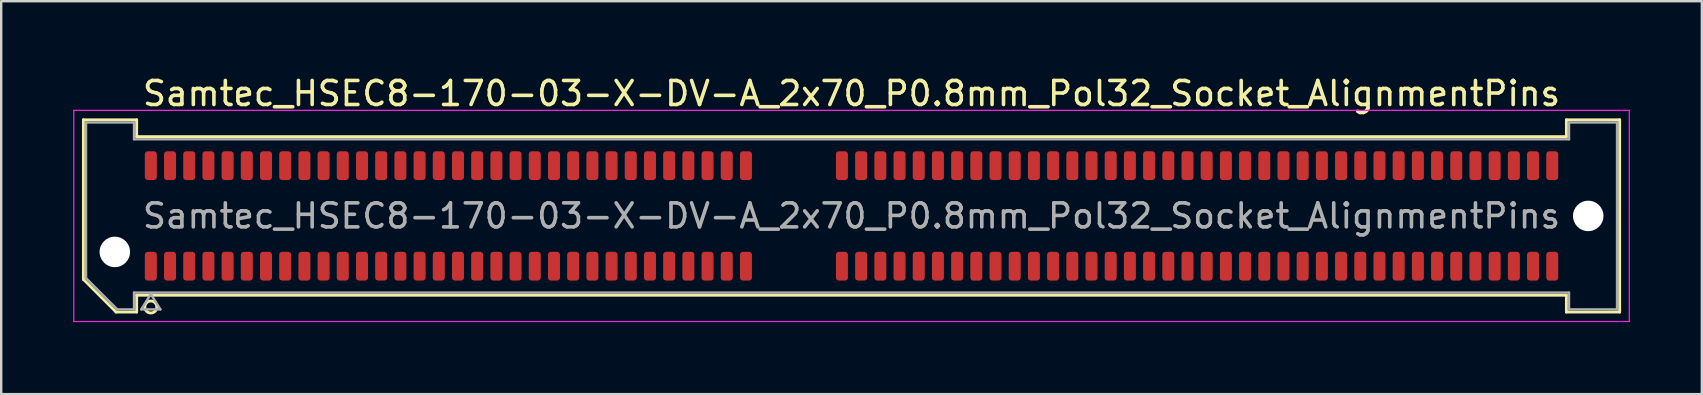
<source format=kicad_pcb>
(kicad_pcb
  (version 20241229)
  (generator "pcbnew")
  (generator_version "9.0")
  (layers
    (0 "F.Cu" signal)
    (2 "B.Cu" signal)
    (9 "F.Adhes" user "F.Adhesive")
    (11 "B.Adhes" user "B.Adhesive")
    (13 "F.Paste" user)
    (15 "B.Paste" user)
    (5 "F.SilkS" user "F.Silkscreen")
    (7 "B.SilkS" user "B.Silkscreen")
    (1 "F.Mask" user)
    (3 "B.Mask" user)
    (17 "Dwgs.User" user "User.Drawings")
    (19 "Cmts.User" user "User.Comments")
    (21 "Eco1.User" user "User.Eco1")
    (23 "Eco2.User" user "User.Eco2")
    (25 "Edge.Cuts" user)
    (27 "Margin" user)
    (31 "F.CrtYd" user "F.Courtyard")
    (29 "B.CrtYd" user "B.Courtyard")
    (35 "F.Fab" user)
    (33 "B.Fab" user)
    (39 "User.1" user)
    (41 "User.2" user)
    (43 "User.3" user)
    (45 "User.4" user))
  (footprint "Samtec_HSEC8-170-03-X-DV-A_2x70_P0.8mm_Pol32_Socket_AlignmentPins"
    (layer "F.Cu")
    (at 32.435 5.948)
    (property "Reference" "Samtec_HSEC8-170-03-X-DV-A_2x70_P0.8mm_Pol32_Socket_AlignmentPins" (at 0 -5.1 0) (layer "F.SilkS") (effects (font (size 1 1) (thickness 0.15))))
    (attr smd)
    (fp_line (start -32.01 -4.005) (end -29.79 -4.005) (stroke (width 0.12) (type solid)) (layer "F.SilkS"))
    (fp_line (start -32.01 2.641) (end -32.01 -4.005) (stroke (width 0.12) (type solid)) (layer "F.SilkS"))
    (fp_line (start -30.646 4.005) (end -32.01 2.641) (stroke (width 0.12) (type solid)) (layer "F.SilkS"))
    (fp_line (start -29.79 -4.005) (end -29.79 -3.305) (stroke (width 0.12) (type solid)) (layer "F.SilkS"))
    (fp_line (start -29.79 -3.305) (end 29.79 -3.305) (stroke (width 0.12) (type solid)) (layer "F.SilkS"))
    (fp_line (start -29.79 3.305) (end -29.79 4.005) (stroke (width 0.12) (type solid)) (layer "F.SilkS"))
    (fp_line (start -29.79 4.005) (end -30.646 4.005) (stroke (width 0.12) (type solid)) (layer "F.SilkS"))
    (fp_line (start 29.79 -4.005) (end 32.01 -4.005) (stroke (width 0.12) (type solid)) (layer "F.SilkS"))
    (fp_line (start 29.79 -3.305) (end 29.79 -4.005) (stroke (width 0.12) (type solid)) (layer "F.SilkS"))
    (fp_line (start 29.79 3.305) (end -29.79 3.305) (stroke (width 0.12) (type solid)) (layer "F.SilkS"))
    (fp_line (start 29.79 4.005) (end 29.79 3.305) (stroke (width 0.12) (type solid)) (layer "F.SilkS"))
    (fp_line (start 32.01 -4.005) (end 32.01 4.005) (stroke (width 0.12) (type solid)) (layer "F.SilkS"))
    (fp_line (start 32.01 4.005) (end 29.79 4.005) (stroke (width 0.12) (type solid)) (layer "F.SilkS"))
    (fp_arc (start -28.95 3.795) (mid -29.45 3.795) (end -28.95 3.795) (stroke (width 0.12) (type solid)) (layer "F.SilkS"))
    (fp_line (start -32.41 -4.4) (end -32.41 4.4) (stroke (width 0.05) (type solid)) (layer "F.CrtYd"))
    (fp_line (start -32.41 4.4) (end 32.41 4.4) (stroke (width 0.05) (type solid)) (layer "F.CrtYd"))
    (fp_line (start 32.41 -4.4) (end -32.41 -4.4) (stroke (width 0.05) (type solid)) (layer "F.CrtYd"))
    (fp_line (start 32.41 4.4) (end 32.41 -4.4) (stroke (width 0.05) (type solid)) (layer "F.CrtYd"))
    (fp_line (start -31.9 -3.895) (end -29.9 -3.895) (stroke (width 0.1) (type solid)) (layer "F.Fab"))
    (fp_line (start -31.9 2.595) (end -31.9 -3.895) (stroke (width 0.1) (type solid)) (layer "F.Fab"))
    (fp_line (start -30.6 3.895) (end -31.9 2.595) (stroke (width 0.1) (type solid)) (layer "F.Fab"))
    (fp_line (start -29.9 -3.895) (end -29.9 -3.195) (stroke (width 0.1) (type solid)) (layer "F.Fab"))
    (fp_line (start -29.9 -3.195) (end 29.9 -3.195) (stroke (width 0.1) (type solid)) (layer "F.Fab"))
    (fp_line (start -29.9 3.195) (end -29.9 3.895) (stroke (width 0.1) (type solid)) (layer "F.Fab"))
    (fp_line (start -29.9 3.895) (end -30.6 3.895) (stroke (width 0.1) (type solid)) (layer "F.Fab"))
    (fp_line (start -29.6 3.895) (end -29.2 3.255) (stroke (width 0.1) (type solid)) (layer "F.Fab"))
    (fp_line (start -29.2 3.255) (end -28.8 3.895) (stroke (width 0.1) (type solid)) (layer "F.Fab"))
    (fp_line (start -28.8 3.895) (end -29.6 3.895) (stroke (width 0.1) (type solid)) (layer "F.Fab"))
    (fp_line (start 29.9 -3.895) (end 31.9 -3.895) (stroke (width 0.1) (type solid)) (layer "F.Fab"))
    (fp_line (start 29.9 -3.195) (end 29.9 -3.895) (stroke (width 0.1) (type solid)) (layer "F.Fab"))
    (fp_line (start 29.9 3.195) (end -29.9 3.195) (stroke (width 0.1) (type solid)) (layer "F.Fab"))
    (fp_line (start 29.9 3.895) (end 29.9 3.195) (stroke (width 0.1) (type solid)) (layer "F.Fab"))
    (fp_line (start 31.9 -3.895) (end 31.9 3.895) (stroke (width 0.1) (type solid)) (layer "F.Fab"))
    (fp_line (start 31.9 3.895) (end 29.9 3.895) (stroke (width 0.1) (type solid)) (layer "F.Fab"))
    (fp_text user "${REFERENCE}" (at 0 0 0) (layer "F.Fab") (effects (font (size 1 1) (thickness 0.15))))
    (pad "" np_thru_hole circle (at -30.7 1.5) (size 1.27 1.27) (drill 1.27) (layers "*.Cu" "*.Mask"))
    (pad "" np_thru_hole circle (at 30.7 0) (size 1.27 1.27) (drill 1.27) (layers "*.Cu" "*.Mask"))
    (pad "1" smd roundrect (at -29.2 2.095) (size 0.5 1.2) (layers "F.Cu" "F.Mask" "F.Paste") (roundrect_rratio 0.25))
    (pad "2" smd roundrect (at -29.2 -2.095) (size 0.5 1.2) (layers "F.Cu" "F.Mask" "F.Paste") (roundrect_rratio 0.25))
    (pad "3" smd roundrect (at -28.4 2.095) (size 0.5 1.2) (layers "F.Cu" "F.Mask" "F.Paste") (roundrect_rratio 0.25))
    (pad "4" smd roundrect (at -28.4 -2.095) (size 0.5 1.2) (layers "F.Cu" "F.Mask" "F.Paste") (roundrect_rratio 0.25))
    (pad "5" smd roundrect (at -27.6 2.095) (size 0.5 1.2) (layers "F.Cu" "F.Mask" "F.Paste") (roundrect_rratio 0.25))
    (pad "6" smd roundrect (at -27.6 -2.095) (size 0.5 1.2) (layers "F.Cu" "F.Mask" "F.Paste") (roundrect_rratio 0.25))
    (pad "7" smd roundrect (at -26.8 2.095) (size 0.5 1.2) (layers "F.Cu" "F.Mask" "F.Paste") (roundrect_rratio 0.25))
    (pad "8" smd roundrect (at -26.8 -2.095) (size 0.5 1.2) (layers "F.Cu" "F.Mask" "F.Paste") (roundrect_rratio 0.25))
    (pad "9" smd roundrect (at -26 2.095) (size 0.5 1.2) (layers "F.Cu" "F.Mask" "F.Paste") (roundrect_rratio 0.25))
    (pad "10" smd roundrect (at -26 -2.095) (size 0.5 1.2) (layers "F.Cu" "F.Mask" "F.Paste") (roundrect_rratio 0.25))
    (pad "11" smd roundrect (at -25.2 2.095) (size 0.5 1.2) (layers "F.Cu" "F.Mask" "F.Paste") (roundrect_rratio 0.25))
    (pad "12" smd roundrect (at -25.2 -2.095) (size 0.5 1.2) (layers "F.Cu" "F.Mask" "F.Paste") (roundrect_rratio 0.25))
    (pad "13" smd roundrect (at -24.4 2.095) (size 0.5 1.2) (layers "F.Cu" "F.Mask" "F.Paste") (roundrect_rratio 0.25))
    (pad "14" smd roundrect (at -24.4 -2.095) (size 0.5 1.2) (layers "F.Cu" "F.Mask" "F.Paste") (roundrect_rratio 0.25))
    (pad "15" smd roundrect (at -23.6 2.095) (size 0.5 1.2) (layers "F.Cu" "F.Mask" "F.Paste") (roundrect_rratio 0.25))
    (pad "16" smd roundrect (at -23.6 -2.095) (size 0.5 1.2) (layers "F.Cu" "F.Mask" "F.Paste") (roundrect_rratio 0.25))
    (pad "17" smd roundrect (at -22.8 2.095) (size 0.5 1.2) (layers "F.Cu" "F.Mask" "F.Paste") (roundrect_rratio 0.25))
    (pad "18" smd roundrect (at -22.8 -2.095) (size 0.5 1.2) (layers "F.Cu" "F.Mask" "F.Paste") (roundrect_rratio 0.25))
    (pad "19" smd roundrect (at -22 2.095) (size 0.5 1.2) (layers "F.Cu" "F.Mask" "F.Paste") (roundrect_rratio 0.25))
    (pad "20" smd roundrect (at -22 -2.095) (size 0.5 1.2) (layers "F.Cu" "F.Mask" "F.Paste") (roundrect_rratio 0.25))
    (pad "21" smd roundrect (at -21.2 2.095) (size 0.5 1.2) (layers "F.Cu" "F.Mask" "F.Paste") (roundrect_rratio 0.25))
    (pad "22" smd roundrect (at -21.2 -2.095) (size 0.5 1.2) (layers "F.Cu" "F.Mask" "F.Paste") (roundrect_rratio 0.25))
    (pad "23" smd roundrect (at -20.4 2.095) (size 0.5 1.2) (layers "F.Cu" "F.Mask" "F.Paste") (roundrect_rratio 0.25))
    (pad "24" smd roundrect (at -20.4 -2.095) (size 0.5 1.2) (layers "F.Cu" "F.Mask" "F.Paste") (roundrect_rratio 0.25))
    (pad "25" smd roundrect (at -19.6 2.095) (size 0.5 1.2) (layers "F.Cu" "F.Mask" "F.Paste") (roundrect_rratio 0.25))
    (pad "26" smd roundrect (at -19.6 -2.095) (size 0.5 1.2) (layers "F.Cu" "F.Mask" "F.Paste") (roundrect_rratio 0.25))
    (pad "27" smd roundrect (at -18.8 2.095) (size 0.5 1.2) (layers "F.Cu" "F.Mask" "F.Paste") (roundrect_rratio 0.25))
    (pad "28" smd roundrect (at -18.8 -2.095) (size 0.5 1.2) (layers "F.Cu" "F.Mask" "F.Paste") (roundrect_rratio 0.25))
    (pad "29" smd roundrect (at -18 2.095) (size 0.5 1.2) (layers "F.Cu" "F.Mask" "F.Paste") (roundrect_rratio 0.25))
    (pad "30" smd roundrect (at -18 -2.095) (size 0.5 1.2) (layers "F.Cu" "F.Mask" "F.Paste") (roundrect_rratio 0.25))
    (pad "31" smd roundrect (at -17.2 2.095) (size 0.5 1.2) (layers "F.Cu" "F.Mask" "F.Paste") (roundrect_rratio 0.25))
    (pad "32" smd roundrect (at -17.2 -2.095) (size 0.5 1.2) (layers "F.Cu" "F.Mask" "F.Paste") (roundrect_rratio 0.25))
    (pad "33" smd roundrect (at -16.4 2.095) (size 0.5 1.2) (layers "F.Cu" "F.Mask" "F.Paste") (roundrect_rratio 0.25))
    (pad "34" smd roundrect (at -16.4 -2.095) (size 0.5 1.2) (layers "F.Cu" "F.Mask" "F.Paste") (roundrect_rratio 0.25))
    (pad "35" smd roundrect (at -15.6 2.095) (size 0.5 1.2) (layers "F.Cu" "F.Mask" "F.Paste") (roundrect_rratio 0.25))
    (pad "36" smd roundrect (at -15.6 -2.095) (size 0.5 1.2) (layers "F.Cu" "F.Mask" "F.Paste") (roundrect_rratio 0.25))
    (pad "37" smd roundrect (at -14.8 2.095) (size 0.5 1.2) (layers "F.Cu" "F.Mask" "F.Paste") (roundrect_rratio 0.25))
    (pad "38" smd roundrect (at -14.8 -2.095) (size 0.5 1.2) (layers "F.Cu" "F.Mask" "F.Paste") (roundrect_rratio 0.25))
    (pad "39" smd roundrect (at -14 2.095) (size 0.5 1.2) (layers "F.Cu" "F.Mask" "F.Paste") (roundrect_rratio 0.25))
    (pad "40" smd roundrect (at -14 -2.095) (size 0.5 1.2) (layers "F.Cu" "F.Mask" "F.Paste") (roundrect_rratio 0.25))
    (pad "41" smd roundrect (at -13.2 2.095) (size 0.5 1.2) (layers "F.Cu" "F.Mask" "F.Paste") (roundrect_rratio 0.25))
    (pad "42" smd roundrect (at -13.2 -2.095) (size 0.5 1.2) (layers "F.Cu" "F.Mask" "F.Paste") (roundrect_rratio 0.25))
    (pad "43" smd roundrect (at -12.4 2.095) (size 0.5 1.2) (layers "F.Cu" "F.Mask" "F.Paste") (roundrect_rratio 0.25))
    (pad "44" smd roundrect (at -12.4 -2.095) (size 0.5 1.2) (layers "F.Cu" "F.Mask" "F.Paste") (roundrect_rratio 0.25))
    (pad "45" smd roundrect (at -11.6 2.095) (size 0.5 1.2) (layers "F.Cu" "F.Mask" "F.Paste") (roundrect_rratio 0.25))
    (pad "46" smd roundrect (at -11.6 -2.095) (size 0.5 1.2) (layers "F.Cu" "F.Mask" "F.Paste") (roundrect_rratio 0.25))
    (pad "47" smd roundrect (at -10.8 2.095) (size 0.5 1.2) (layers "F.Cu" "F.Mask" "F.Paste") (roundrect_rratio 0.25))
    (pad "48" smd roundrect (at -10.8 -2.095) (size 0.5 1.2) (layers "F.Cu" "F.Mask" "F.Paste") (roundrect_rratio 0.25))
    (pad "49" smd roundrect (at -10 2.095) (size 0.5 1.2) (layers "F.Cu" "F.Mask" "F.Paste") (roundrect_rratio 0.25))
    (pad "50" smd roundrect (at -10 -2.095) (size 0.5 1.2) (layers "F.Cu" "F.Mask" "F.Paste") (roundrect_rratio 0.25))
    (pad "51" smd roundrect (at -9.2 2.095) (size 0.5 1.2) (layers "F.Cu" "F.Mask" "F.Paste") (roundrect_rratio 0.25))
    (pad "52" smd roundrect (at -9.2 -2.095) (size 0.5 1.2) (layers "F.Cu" "F.Mask" "F.Paste") (roundrect_rratio 0.25))
    (pad "53" smd roundrect (at -8.4 2.095) (size 0.5 1.2) (layers "F.Cu" "F.Mask" "F.Paste") (roundrect_rratio 0.25))
    (pad "54" smd roundrect (at -8.4 -2.095) (size 0.5 1.2) (layers "F.Cu" "F.Mask" "F.Paste") (roundrect_rratio 0.25))
    (pad "55" smd roundrect (at -7.6 2.095) (size 0.5 1.2) (layers "F.Cu" "F.Mask" "F.Paste") (roundrect_rratio 0.25))
    (pad "56" smd roundrect (at -7.6 -2.095) (size 0.5 1.2) (layers "F.Cu" "F.Mask" "F.Paste") (roundrect_rratio 0.25))
    (pad "57" smd roundrect (at -6.8 2.095) (size 0.5 1.2) (layers "F.Cu" "F.Mask" "F.Paste") (roundrect_rratio 0.25))
    (pad "58" smd roundrect (at -6.8 -2.095) (size 0.5 1.2) (layers "F.Cu" "F.Mask" "F.Paste") (roundrect_rratio 0.25))
    (pad "59" smd roundrect (at -6 2.095) (size 0.5 1.2) (layers "F.Cu" "F.Mask" "F.Paste") (roundrect_rratio 0.25))
    (pad "60" smd roundrect (at -6 -2.095) (size 0.5 1.2) (layers "F.Cu" "F.Mask" "F.Paste") (roundrect_rratio 0.25))
    (pad "61" smd roundrect (at -5.2 2.095) (size 0.5 1.2) (layers "F.Cu" "F.Mask" "F.Paste") (roundrect_rratio 0.25))
    (pad "62" smd roundrect (at -5.2 -2.095) (size 0.5 1.2) (layers "F.Cu" "F.Mask" "F.Paste") (roundrect_rratio 0.25))
    (pad "63" smd roundrect (at -4.4 2.095) (size 0.5 1.2) (layers "F.Cu" "F.Mask" "F.Paste") (roundrect_rratio 0.25))
    (pad "64" smd roundrect (at -4.4 -2.095) (size 0.5 1.2) (layers "F.Cu" "F.Mask" "F.Paste") (roundrect_rratio 0.25))
    (pad "65" smd roundrect (at -0.4 2.095) (size 0.5 1.2) (layers "F.Cu" "F.Mask" "F.Paste") (roundrect_rratio 0.25))
    (pad "66" smd roundrect (at -0.4 -2.095) (size 0.5 1.2) (layers "F.Cu" "F.Mask" "F.Paste") (roundrect_rratio 0.25))
    (pad "67" smd roundrect (at 0.4 2.095) (size 0.5 1.2) (layers "F.Cu" "F.Mask" "F.Paste") (roundrect_rratio 0.25))
    (pad "68" smd roundrect (at 0.4 -2.095) (size 0.5 1.2) (layers "F.Cu" "F.Mask" "F.Paste") (roundrect_rratio 0.25))
    (pad "69" smd roundrect (at 1.2 2.095) (size 0.5 1.2) (layers "F.Cu" "F.Mask" "F.Paste") (roundrect_rratio 0.25))
    (pad "70" smd roundrect (at 1.2 -2.095) (size 0.5 1.2) (layers "F.Cu" "F.Mask" "F.Paste") (roundrect_rratio 0.25))
    (pad "71" smd roundrect (at 2 2.095) (size 0.5 1.2) (layers "F.Cu" "F.Mask" "F.Paste") (roundrect_rratio 0.25))
    (pad "72" smd roundrect (at 2 -2.095) (size 0.5 1.2) (layers "F.Cu" "F.Mask" "F.Paste") (roundrect_rratio 0.25))
    (pad "73" smd roundrect (at 2.8 2.095) (size 0.5 1.2) (layers "F.Cu" "F.Mask" "F.Paste") (roundrect_rratio 0.25))
    (pad "74" smd roundrect (at 2.8 -2.095) (size 0.5 1.2) (layers "F.Cu" "F.Mask" "F.Paste") (roundrect_rratio 0.25))
    (pad "75" smd roundrect (at 3.6 2.095) (size 0.5 1.2) (layers "F.Cu" "F.Mask" "F.Paste") (roundrect_rratio 0.25))
    (pad "76" smd roundrect (at 3.6 -2.095) (size 0.5 1.2) (layers "F.Cu" "F.Mask" "F.Paste") (roundrect_rratio 0.25))
    (pad "77" smd roundrect (at 4.4 2.095) (size 0.5 1.2) (layers "F.Cu" "F.Mask" "F.Paste") (roundrect_rratio 0.25))
    (pad "78" smd roundrect (at 4.4 -2.095) (size 0.5 1.2) (layers "F.Cu" "F.Mask" "F.Paste") (roundrect_rratio 0.25))
    (pad "79" smd roundrect (at 5.2 2.095) (size 0.5 1.2) (layers "F.Cu" "F.Mask" "F.Paste") (roundrect_rratio 0.25))
    (pad "80" smd roundrect (at 5.2 -2.095) (size 0.5 1.2) (layers "F.Cu" "F.Mask" "F.Paste") (roundrect_rratio 0.25))
    (pad "81" smd roundrect (at 6 2.095) (size 0.5 1.2) (layers "F.Cu" "F.Mask" "F.Paste") (roundrect_rratio 0.25))
    (pad "82" smd roundrect (at 6 -2.095) (size 0.5 1.2) (layers "F.Cu" "F.Mask" "F.Paste") (roundrect_rratio 0.25))
    (pad "83" smd roundrect (at 6.8 2.095) (size 0.5 1.2) (layers "F.Cu" "F.Mask" "F.Paste") (roundrect_rratio 0.25))
    (pad "84" smd roundrect (at 6.8 -2.095) (size 0.5 1.2) (layers "F.Cu" "F.Mask" "F.Paste") (roundrect_rratio 0.25))
    (pad "85" smd roundrect (at 7.6 2.095) (size 0.5 1.2) (layers "F.Cu" "F.Mask" "F.Paste") (roundrect_rratio 0.25))
    (pad "86" smd roundrect (at 7.6 -2.095) (size 0.5 1.2) (layers "F.Cu" "F.Mask" "F.Paste") (roundrect_rratio 0.25))
    (pad "87" smd roundrect (at 8.4 2.095) (size 0.5 1.2) (layers "F.Cu" "F.Mask" "F.Paste") (roundrect_rratio 0.25))
    (pad "88" smd roundrect (at 8.4 -2.095) (size 0.5 1.2) (layers "F.Cu" "F.Mask" "F.Paste") (roundrect_rratio 0.25))
    (pad "89" smd roundrect (at 9.2 2.095) (size 0.5 1.2) (layers "F.Cu" "F.Mask" "F.Paste") (roundrect_rratio 0.25))
    (pad "90" smd roundrect (at 9.2 -2.095) (size 0.5 1.2) (layers "F.Cu" "F.Mask" "F.Paste") (roundrect_rratio 0.25))
    (pad "91" smd roundrect (at 10 2.095) (size 0.5 1.2) (layers "F.Cu" "F.Mask" "F.Paste") (roundrect_rratio 0.25))
    (pad "92" smd roundrect (at 10 -2.095) (size 0.5 1.2) (layers "F.Cu" "F.Mask" "F.Paste") (roundrect_rratio 0.25))
    (pad "93" smd roundrect (at 10.8 2.095) (size 0.5 1.2) (layers "F.Cu" "F.Mask" "F.Paste") (roundrect_rratio 0.25))
    (pad "94" smd roundrect (at 10.8 -2.095) (size 0.5 1.2) (layers "F.Cu" "F.Mask" "F.Paste") (roundrect_rratio 0.25))
    (pad "95" smd roundrect (at 11.6 2.095) (size 0.5 1.2) (layers "F.Cu" "F.Mask" "F.Paste") (roundrect_rratio 0.25))
    (pad "96" smd roundrect (at 11.6 -2.095) (size 0.5 1.2) (layers "F.Cu" "F.Mask" "F.Paste") (roundrect_rratio 0.25))
    (pad "97" smd roundrect (at 12.4 2.095) (size 0.5 1.2) (layers "F.Cu" "F.Mask" "F.Paste") (roundrect_rratio 0.25))
    (pad "98" smd roundrect (at 12.4 -2.095) (size 0.5 1.2) (layers "F.Cu" "F.Mask" "F.Paste") (roundrect_rratio 0.25))
    (pad "99" smd roundrect (at 13.2 2.095) (size 0.5 1.2) (layers "F.Cu" "F.Mask" "F.Paste") (roundrect_rratio 0.25))
    (pad "100" smd roundrect (at 13.2 -2.095) (size 0.5 1.2) (layers "F.Cu" "F.Mask" "F.Paste") (roundrect_rratio 0.25))
    (pad "101" smd roundrect (at 14 2.095) (size 0.5 1.2) (layers "F.Cu" "F.Mask" "F.Paste") (roundrect_rratio 0.25))
    (pad "102" smd roundrect (at 14 -2.095) (size 0.5 1.2) (layers "F.Cu" "F.Mask" "F.Paste") (roundrect_rratio 0.25))
    (pad "103" smd roundrect (at 14.8 2.095) (size 0.5 1.2) (layers "F.Cu" "F.Mask" "F.Paste") (roundrect_rratio 0.25))
    (pad "104" smd roundrect (at 14.8 -2.095) (size 0.5 1.2) (layers "F.Cu" "F.Mask" "F.Paste") (roundrect_rratio 0.25))
    (pad "105" smd roundrect (at 15.6 2.095) (size 0.5 1.2) (layers "F.Cu" "F.Mask" "F.Paste") (roundrect_rratio 0.25))
    (pad "106" smd roundrect (at 15.6 -2.095) (size 0.5 1.2) (layers "F.Cu" "F.Mask" "F.Paste") (roundrect_rratio 0.25))
    (pad "107" smd roundrect (at 16.4 2.095) (size 0.5 1.2) (layers "F.Cu" "F.Mask" "F.Paste") (roundrect_rratio 0.25))
    (pad "108" smd roundrect (at 16.4 -2.095) (size 0.5 1.2) (layers "F.Cu" "F.Mask" "F.Paste") (roundrect_rratio 0.25))
    (pad "109" smd roundrect (at 17.2 2.095) (size 0.5 1.2) (layers "F.Cu" "F.Mask" "F.Paste") (roundrect_rratio 0.25))
    (pad "110" smd roundrect (at 17.2 -2.095) (size 0.5 1.2) (layers "F.Cu" "F.Mask" "F.Paste") (roundrect_rratio 0.25))
    (pad "111" smd roundrect (at 18 2.095) (size 0.5 1.2) (layers "F.Cu" "F.Mask" "F.Paste") (roundrect_rratio 0.25))
    (pad "112" smd roundrect (at 18 -2.095) (size 0.5 1.2) (layers "F.Cu" "F.Mask" "F.Paste") (roundrect_rratio 0.25))
    (pad "113" smd roundrect (at 18.8 2.095) (size 0.5 1.2) (layers "F.Cu" "F.Mask" "F.Paste") (roundrect_rratio 0.25))
    (pad "114" smd roundrect (at 18.8 -2.095) (size 0.5 1.2) (layers "F.Cu" "F.Mask" "F.Paste") (roundrect_rratio 0.25))
    (pad "115" smd roundrect (at 19.6 2.095) (size 0.5 1.2) (layers "F.Cu" "F.Mask" "F.Paste") (roundrect_rratio 0.25))
    (pad "116" smd roundrect (at 19.6 -2.095) (size 0.5 1.2) (layers "F.Cu" "F.Mask" "F.Paste") (roundrect_rratio 0.25))
    (pad "117" smd roundrect (at 20.4 2.095) (size 0.5 1.2) (layers "F.Cu" "F.Mask" "F.Paste") (roundrect_rratio 0.25))
    (pad "118" smd roundrect (at 20.4 -2.095) (size 0.5 1.2) (layers "F.Cu" "F.Mask" "F.Paste") (roundrect_rratio 0.25))
    (pad "119" smd roundrect (at 21.2 2.095) (size 0.5 1.2) (layers "F.Cu" "F.Mask" "F.Paste") (roundrect_rratio 0.25))
    (pad "120" smd roundrect (at 21.2 -2.095) (size 0.5 1.2) (layers "F.Cu" "F.Mask" "F.Paste") (roundrect_rratio 0.25))
    (pad "121" smd roundrect (at 22 2.095) (size 0.5 1.2) (layers "F.Cu" "F.Mask" "F.Paste") (roundrect_rratio 0.25))
    (pad "122" smd roundrect (at 22 -2.095) (size 0.5 1.2) (layers "F.Cu" "F.Mask" "F.Paste") (roundrect_rratio 0.25))
    (pad "123" smd roundrect (at 22.8 2.095) (size 0.5 1.2) (layers "F.Cu" "F.Mask" "F.Paste") (roundrect_rratio 0.25))
    (pad "124" smd roundrect (at 22.8 -2.095) (size 0.5 1.2) (layers "F.Cu" "F.Mask" "F.Paste") (roundrect_rratio 0.25))
    (pad "125" smd roundrect (at 23.6 2.095) (size 0.5 1.2) (layers "F.Cu" "F.Mask" "F.Paste") (roundrect_rratio 0.25))
    (pad "126" smd roundrect (at 23.6 -2.095) (size 0.5 1.2) (layers "F.Cu" "F.Mask" "F.Paste") (roundrect_rratio 0.25))
    (pad "127" smd roundrect (at 24.4 2.095) (size 0.5 1.2) (layers "F.Cu" "F.Mask" "F.Paste") (roundrect_rratio 0.25))
    (pad "128" smd roundrect (at 24.4 -2.095) (size 0.5 1.2) (layers "F.Cu" "F.Mask" "F.Paste") (roundrect_rratio 0.25))
    (pad "129" smd roundrect (at 25.2 2.095) (size 0.5 1.2) (layers "F.Cu" "F.Mask" "F.Paste") (roundrect_rratio 0.25))
    (pad "130" smd roundrect (at 25.2 -2.095) (size 0.5 1.2) (layers "F.Cu" "F.Mask" "F.Paste") (roundrect_rratio 0.25))
    (pad "131" smd roundrect (at 26 2.095) (size 0.5 1.2) (layers "F.Cu" "F.Mask" "F.Paste") (roundrect_rratio 0.25))
    (pad "132" smd roundrect (at 26 -2.095) (size 0.5 1.2) (layers "F.Cu" "F.Mask" "F.Paste") (roundrect_rratio 0.25))
    (pad "133" smd roundrect (at 26.8 2.095) (size 0.5 1.2) (layers "F.Cu" "F.Mask" "F.Paste") (roundrect_rratio 0.25))
    (pad "134" smd roundrect (at 26.8 -2.095) (size 0.5 1.2) (layers "F.Cu" "F.Mask" "F.Paste") (roundrect_rratio 0.25))
    (pad "135" smd roundrect (at 27.6 2.095) (size 0.5 1.2) (layers "F.Cu" "F.Mask" "F.Paste") (roundrect_rratio 0.25))
    (pad "136" smd roundrect (at 27.6 -2.095) (size 0.5 1.2) (layers "F.Cu" "F.Mask" "F.Paste") (roundrect_rratio 0.25))
    (pad "137" smd roundrect (at 28.4 2.095) (size 0.5 1.2) (layers "F.Cu" "F.Mask" "F.Paste") (roundrect_rratio 0.25))
    (pad "138" smd roundrect (at 28.4 -2.095) (size 0.5 1.2) (layers "F.Cu" "F.Mask" "F.Paste") (roundrect_rratio 0.25))
    (pad "139" smd roundrect (at 29.2 2.095) (size 0.5 1.2) (layers "F.Cu" "F.Mask" "F.Paste") (roundrect_rratio 0.25))
    (pad "140" smd roundrect (at 29.2 -2.095) (size 0.5 1.2) (layers "F.Cu" "F.Mask" "F.Paste") (roundrect_rratio 0.25)))
  (gr_rect
    (start -3 -3)
    (end 67.87 13.373)
    (stroke (width 0.1) (type default))
    (fill no)
    (layer "Edge.Cuts")))
</source>
